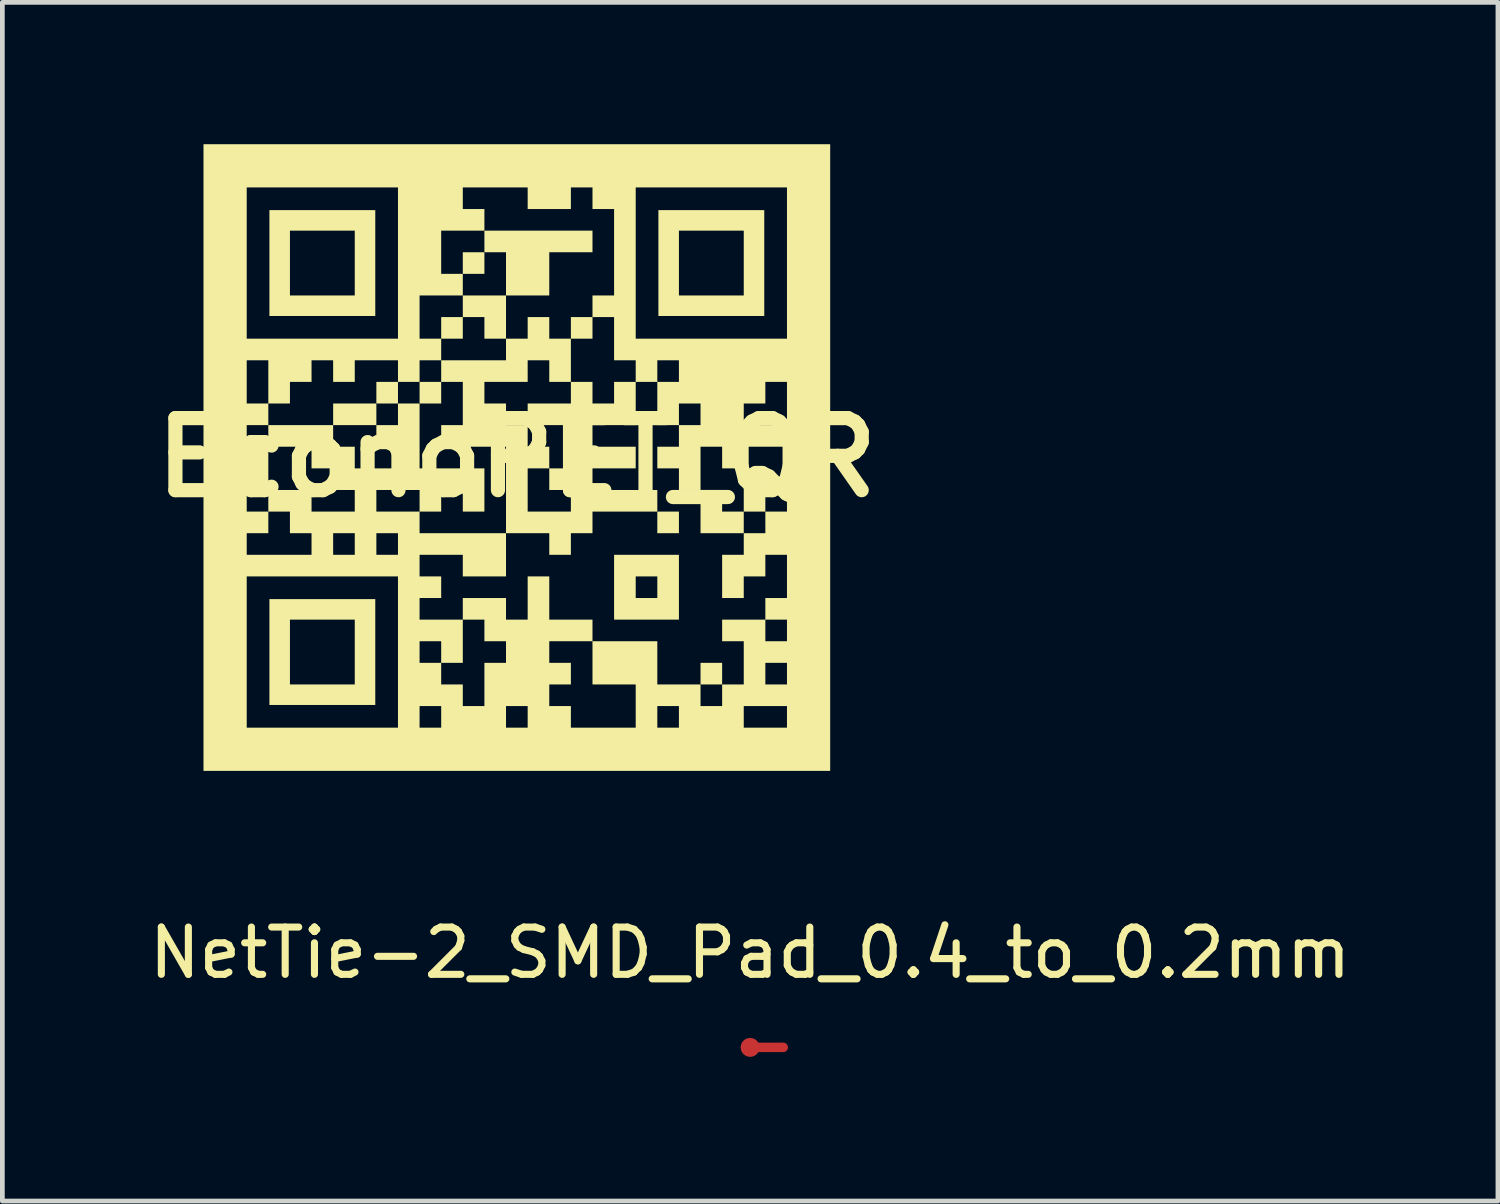
<source format=kicad_pcb>
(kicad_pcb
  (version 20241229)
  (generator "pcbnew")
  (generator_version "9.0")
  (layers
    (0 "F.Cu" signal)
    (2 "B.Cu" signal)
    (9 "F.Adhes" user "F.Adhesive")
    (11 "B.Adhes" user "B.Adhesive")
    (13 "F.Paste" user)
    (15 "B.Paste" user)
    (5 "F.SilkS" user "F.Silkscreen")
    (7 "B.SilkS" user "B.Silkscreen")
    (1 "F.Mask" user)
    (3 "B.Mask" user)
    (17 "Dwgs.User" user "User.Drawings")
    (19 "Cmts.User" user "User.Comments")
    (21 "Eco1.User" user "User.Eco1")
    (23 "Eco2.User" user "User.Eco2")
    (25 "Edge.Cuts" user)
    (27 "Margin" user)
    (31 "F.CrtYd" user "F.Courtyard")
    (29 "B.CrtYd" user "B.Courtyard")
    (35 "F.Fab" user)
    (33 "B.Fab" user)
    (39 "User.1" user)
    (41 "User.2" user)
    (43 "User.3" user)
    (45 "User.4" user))
  (footprint "NetTie-2_SMD_Pad_0.4_to_0.2mm"
    (layer "F.Cu")
    (at 12.815 19.102)
    (property "Reference" "NetTie-2_SMD_Pad_0.4_to_0.2mm" (at 0 -2 0) (layer "F.SilkS") (effects (font (size 1 1) (thickness 0.15))))
    (attr exclude_from_pos_files exclude_from_bom)
    (fp_rect (start 0.7 0.1) (end 0.165 -0.1) (stroke (width 0) (type solid)) (fill yes) (layer "F.Cu"))
    (pad "1" smd circle (at 0 0 180) (size 0.4 0.4) (layers "F.Cu"))
    (pad "2" smd circle (at 0.7 0 180) (size 0.2 0.2) (layers "F.Cu")))
  (footprint "EconoPET_QR"
    (layer "F.Cu")
    (at 7.881 6.627)
    (property "Reference" "EconoPET_QR" (at 0 0 0) (layer "F.SilkS") (effects (font (size 1.524 1.524) (thickness 0.3))))
    (attr board_only exclude_from_pos_files exclude_from_bom)
    (fp_poly (pts (xy -2.971 -0.686) (xy -3.885 -0.686) (xy -3.885 -1.143) (xy -2.971 -1.143)) (stroke (width 0) (type solid)) (fill yes) (layer "F.SilkS"))
    (fp_poly (pts (xy -2.514 -1.143) (xy -2.971 -1.143) (xy -2.971 -1.6) (xy -2.514 -1.6)) (stroke (width 0) (type solid)) (fill yes) (layer "F.SilkS"))
    (fp_poly (pts (xy -1.6 -1.143) (xy -2.057 -1.143) (xy -2.057 -1.6) (xy -1.6 -1.6)) (stroke (width 0) (type solid)) (fill yes) (layer "F.SilkS"))
    (fp_poly (pts (xy -1.143 -2.514) (xy -1.6 -2.514) (xy -1.6 -2.971) (xy -1.143 -2.971)) (stroke (width 0) (type solid)) (fill yes) (layer "F.SilkS"))
    (fp_poly (pts (xy -0.686 -3.885) (xy -1.143 -3.885) (xy -1.143 -4.342) (xy -0.686 -4.342)) (stroke (width 0) (type solid)) (fill yes) (layer "F.SilkS"))
    (fp_poly (pts (xy 1.6 -2.514) (xy 1.143 -2.514) (xy 1.143 -2.971) (xy 1.6 -2.971)) (stroke (width 0) (type solid)) (fill yes) (layer "F.SilkS"))
    (fp_poly (pts (xy 3.428 1.6) (xy 2.971 1.6) (xy 2.971 1.143) (xy 3.428 1.143)) (stroke (width 0) (type solid)) (fill yes) (layer "F.SilkS"))
    (fp_poly (pts (xy 4.342 4.799) (xy 3.885 4.799) (xy 3.885 4.342) (xy 4.342 4.342)) (stroke (width 0) (type solid)) (fill yes) (layer "F.SilkS"))
    (fp_poly (pts (xy 5.256 1.143) (xy 4.799 1.143) (xy 4.799 0.229) (xy 5.256 0.229)) (stroke (width 0) (type solid)) (fill yes) (layer "F.SilkS"))
    (fp_poly (pts (xy -1.143 -3.428) (xy -0.229 -3.428) (xy -0.229 -2.514) (xy -0.686 -2.514) (xy -0.686 -2.971) (xy -1.143 -2.971)) (stroke (width 0) (type solid)) (fill yes) (layer "F.SilkS"))
    (fp_poly (pts (xy 4.342 1.143) (xy 4.799 1.143) (xy 4.799 1.6) (xy 3.885 1.6) (xy 3.885 0.686) (xy 4.342 0.686)) (stroke (width 0) (type solid)) (fill yes) (layer "F.SilkS"))
    (fp_poly (pts (xy -0.686 -4.799) (xy 1.6 -4.799) (xy 1.6 -4.342) (xy 0.686 -4.342) (xy 0.686 -3.428) (xy -0.229 -3.428) (xy -0.229 -4.342) (xy -0.686 -4.342)) (stroke (width 0) (type solid)) (fill yes) (layer "F.SilkS"))
    (fp_poly (pts (xy -2.994 -2.994) (xy -5.233 -2.994) (xy -5.233 -3.428) (xy -4.799 -3.428) (xy -3.428 -3.428) (xy -3.428 -4.799) (xy -4.799 -4.799) (xy -4.799 -3.428) (xy -5.233 -3.428) (xy -5.233 -5.233) (xy -2.994 -5.233)) (stroke (width 0) (type solid)) (fill yes) (layer "F.SilkS"))
    (fp_poly (pts (xy -2.994 5.233) (xy -5.233 5.233) (xy -5.233 4.799) (xy -4.799 4.799) (xy -3.428 4.799) (xy -3.428 3.428) (xy -4.799 3.428) (xy -4.799 4.799) (xy -5.233 4.799) (xy -5.233 2.994) (xy -2.994 2.994)) (stroke (width 0) (type solid)) (fill yes) (layer "F.SilkS"))
    (fp_poly (pts (xy 3.428 3.428) (xy 2.057 3.428) (xy 2.057 2.971) (xy 2.514 2.971) (xy 2.971 2.971) (xy 2.971 2.514) (xy 2.514 2.514) (xy 2.514 2.971) (xy 2.057 2.971) (xy 2.057 2.057) (xy 3.428 2.057)) (stroke (width 0) (type solid)) (fill yes) (layer "F.SilkS"))
    (fp_poly (pts (xy 5.233 -2.994) (xy 2.994 -2.994) (xy 2.994 -3.428) (xy 3.428 -3.428) (xy 4.799 -3.428) (xy 4.799 -4.799) (xy 3.428 -4.799) (xy 3.428 -3.428) (xy 2.994 -3.428) (xy 2.994 -5.233) (xy 5.233 -5.233)) (stroke (width 0) (type solid)) (fill yes) (layer "F.SilkS"))
    (fp_poly (pts (xy -1.6 -2.057) (xy -0.229 -2.057) (xy -0.229 -2.514) (xy 0.229 -2.514) (xy 0.229 -2.971) (xy 0.686 -2.971) (xy 0.686 -2.514) (xy 1.143 -2.514) (xy 1.143 -1.6) (xy 1.6 -1.6) (xy 1.6 -1.143) (xy 2.057 -1.143) (xy 2.057 -1.6) (xy 2.514 -1.6) (xy 2.514 -0.686) (xy 1.6 -0.686) (xy 1.6 -0.229) (xy 2.514 -0.229) (xy 2.514 0.229) (xy 1.6 0.229) (xy 1.6 0.686) (xy 2.971 0.686) (xy 2.971 1.143) (xy 1.6 1.143) (xy 1.6 1.6) (xy 1.143 1.6) (xy 1.143 2.057) (xy 0.686 2.057) (xy 0.686 1.6) (xy -0.229 1.6) (xy -0.229 1.143) (xy 0.229 1.143) (xy 1.143 1.143) (xy 1.143 0.686) (xy 0.686 0.686) (xy 0.686 0.229) (xy 0.229 0.229) (xy 0.229 1.143) (xy -0.229 1.143) (xy -0.229 -0.229) (xy 0.229 -0.229) (xy 0.686 -0.229) (xy 0.686 0.229) (xy 1.143 0.229) (xy 1.143 -0.686) (xy 0.229 -0.686) (xy 0.229 -0.229) (xy -0.229 -0.229) (xy -1.6 -0.229) (xy -1.6 -0.686) (xy -1.143 -0.686) (xy -1.143 -1.143) (xy -0.686 -1.143) (xy -0.229 -1.143) (xy -0.229 -0.686) (xy 0.229 -0.686) (xy 0.229 -1.143) (xy 1.143 -1.143) (xy 1.143 -1.6) (xy 0.686 -1.6) (xy 0.686 -2.057) (xy 0.229 -2.057) (xy 0.229 -1.6) (xy -0.686 -1.6) (xy -0.686 -1.143) (xy -1.143 -1.143) (xy -1.143 -1.6) (xy -1.6 -1.6)) (stroke (width 0) (type solid)) (fill yes) (layer "F.SilkS"))
    (fp_poly (pts (xy 6.627 6.627) (xy -6.627 6.627) (xy -6.627 5.713) (xy -5.713 5.713) (xy -2.514 5.713) (xy -2.057 5.713) (xy -1.6 5.713) (xy -0.229 5.713) (xy 0.229 5.713) (xy 0.229 5.256) (xy 0.686 5.256) (xy 1.143 5.256) (xy 1.143 5.713) (xy 2.514 5.713) (xy 2.971 5.713) (xy 3.428 5.713) (xy 4.799 5.713) (xy 5.713 5.713) (xy 5.713 5.256) (xy 4.799 5.256) (xy 4.799 5.713) (xy 3.428 5.713) (xy 3.428 5.256) (xy 2.971 5.256) (xy 2.971 5.713) (xy 2.514 5.713) (xy 2.514 4.799) (xy 1.6 4.799) (xy 1.6 3.885) (xy 0.686 3.885) (xy 0.686 4.342) (xy 1.143 4.342) (xy 1.143 4.799) (xy 0.686 4.799) (xy 0.686 5.256) (xy 0.229 5.256) (xy -0.229 5.256) (xy -0.229 5.713) (xy -1.6 5.713) (xy -1.6 5.256) (xy -2.057 5.256) (xy -2.057 5.713) (xy -2.514 5.713) (xy -2.514 4.799) (xy -1.6 4.799) (xy -1.143 4.799) (xy -1.143 5.256) (xy -0.686 5.256) (xy -0.686 4.342) (xy -0.229 4.342) (xy -0.229 3.885) (xy -0.686 3.885) (xy -0.686 3.428) (xy -1.143 3.428) (xy -1.143 4.342) (xy -1.6 4.342) (xy -1.6 4.799) (xy -2.514 4.799) (xy -2.514 4.342) (xy -2.057 4.342) (xy -1.6 4.342) (xy -1.6 3.885) (xy -2.057 3.885) (xy -2.057 4.342) (xy -2.514 4.342) (xy -2.514 2.514) (xy -5.713 2.514) (xy -5.713 5.713) (xy -6.627 5.713) (xy -6.627 2.057) (xy -5.713 2.057) (xy -4.342 2.057) (xy -3.885 2.057) (xy -3.428 2.057) (xy -2.971 2.057) (xy -2.514 2.057) (xy -2.514 1.6) (xy -2.971 1.6) (xy -2.971 2.057) (xy -3.428 2.057) (xy -3.428 1.6) (xy -3.885 1.6) (xy -3.885 2.057) (xy -4.342 2.057) (xy -4.342 1.6) (xy -4.799 1.6) (xy -4.799 1.143) (xy -5.256 1.143) (xy -5.256 1.6) (xy -5.713 1.6) (xy -5.713 2.057) (xy -6.627 2.057) (xy -6.627 1.143) (xy -5.713 1.143) (xy -5.256 1.143) (xy -5.256 0.686) (xy -4.342 0.686) (xy -4.342 1.143) (xy -3.428 1.143) (xy -2.971 1.143) (xy -2.057 1.143) (xy -2.057 0.686) (xy -2.971 0.686) (xy -2.971 1.143) (xy -3.428 1.143) (xy -3.428 0.686) (xy -3.885 0.686) (xy -3.885 0.229) (xy -4.342 0.229) (xy -4.342 -0.229) (xy -5.256 -0.229) (xy -5.256 0.686) (xy -5.713 0.686) (xy -5.713 1.143) (xy -6.627 1.143) (xy -6.627 -0.229) (xy -5.713 -0.229) (xy -5.256 -0.229) (xy -5.256 -0.686) (xy -3.885 -0.686) (xy -3.885 -0.229) (xy -3.428 -0.229) (xy -3.428 0.229) (xy -2.514 0.229) (xy -2.514 -0.229) (xy -2.971 -0.229) (xy -2.971 -0.686) (xy -2.514 -0.686) (xy -2.514 -1.143) (xy -2.057 -1.143) (xy -2.057 0.229) (xy -0.686 0.229) (xy -0.686 1.143) (xy -1.143 1.143) (xy -1.143 0.686) (xy -1.6 0.686) (xy -1.6 1.143) (xy -2.057 1.143) (xy -2.057 1.6) (xy -0.229 1.6) (xy -0.229 2.514) (xy -1.143 2.514) (xy -1.143 2.057) (xy -2.057 2.057) (xy -2.057 2.514) (xy -1.6 2.514) (xy -1.6 2.971) (xy -2.057 2.971) (xy -2.057 3.428) (xy -1.143 3.428) (xy -1.143 2.971) (xy -0.229 2.971) (xy -0.229 3.428) (xy 0.229 3.428) (xy 0.229 2.514) (xy 0.686 2.514) (xy 0.686 3.428) (xy 1.6 3.428) (xy 1.6 3.885) (xy 2.971 3.885) (xy 2.971 4.799) (xy 3.885 4.799) (xy 3.885 5.256) (xy 4.342 5.256) (xy 4.342 4.799) (xy 4.799 4.799) (xy 5.256 4.799) (xy 5.713 4.799) (xy 5.713 4.342) (xy 5.256 4.342) (xy 5.256 4.799) (xy 4.799 4.799) (xy 4.799 3.885) (xy 5.256 3.885) (xy 5.713 3.885) (xy 5.713 3.428) (xy 5.256 3.428) (xy 5.256 3.885) (xy 4.799 3.885) (xy 4.342 3.885) (xy 4.342 3.428) (xy 5.256 3.428) (xy 5.256 2.971) (xy 5.713 2.971) (xy 5.713 2.057) (xy 5.256 2.057) (xy 5.256 2.514) (xy 4.799 2.514) (xy 4.799 2.971) (xy 4.342 2.971) (xy 4.342 2.057) (xy 4.799 2.057) (xy 4.799 1.6) (xy 5.256 1.6) (xy 5.256 1.143) (xy 5.713 1.143) (xy 5.713 -0.229) (xy 4.799 -0.229) (xy 4.799 0.229) (xy 4.342 0.229) (xy 4.342 -0.229) (xy 3.885 -0.229) (xy 3.885 0.686) (xy 3.428 0.686) (xy 3.428 0.229) (xy 2.971 0.229) (xy 2.971 -0.229) (xy 3.428 -0.229) (xy 3.428 -0.686) (xy 3.885 -0.686) (xy 4.799 -0.686) (xy 5.713 -0.686) (xy 5.713 -1.6) (xy 5.256 -1.6) (xy 5.256 -1.143) (xy 4.799 -1.143) (xy 4.799 -0.686) (xy 3.885 -0.686) (xy 3.885 -1.143) (xy 3.428 -1.143) (xy 3.428 -0.686) (xy 2.971 -0.686) (xy 2.971 -1.6) (xy 3.428 -1.6) (xy 3.428 -2.057) (xy 2.971 -2.057) (xy 2.971 -1.6) (xy 2.514 -1.6) (xy 2.514 -2.057) (xy 2.057 -2.057) (xy 2.057 -2.514) (xy 2.514 -2.514) (xy 5.713 -2.514) (xy 5.713 -5.713) (xy 2.514 -5.713) (xy 2.514 -2.514) (xy 2.057 -2.514) (xy 2.057 -2.971) (xy 1.6 -2.971) (xy 1.6 -3.428) (xy 2.057 -3.428) (xy 2.057 -5.256) (xy 1.6 -5.256) (xy 1.6 -5.713) (xy 1.143 -5.713) (xy 1.143 -5.256) (xy 0.229 -5.256) (xy 0.229 -5.713) (xy -1.143 -5.713) (xy -1.143 -5.256) (xy -0.686 -5.256) (xy -0.686 -4.799) (xy -1.6 -4.799) (xy -1.6 -3.885) (xy -1.143 -3.885) (xy -1.143 -3.428) (xy -2.057 -3.428) (xy -2.057 -2.514) (xy -1.6 -2.514) (xy -1.6 -2.057) (xy -2.057 -2.057) (xy -2.057 -1.6) (xy -2.514 -1.6) (xy -2.514 -2.057) (xy -3.428 -2.057) (xy -3.428 -1.6) (xy -3.885 -1.6) (xy -3.885 -2.057) (xy -4.342 -2.057) (xy -4.342 -1.6) (xy -4.799 -1.6) (xy -4.799 -1.143) (xy -5.256 -1.143) (xy -5.256 -0.686) (xy -5.713 -0.686) (xy -5.713 -0.229) (xy -6.627 -0.229) (xy -6.627 -1.143) (xy -5.713 -1.143) (xy -5.256 -1.143) (xy -5.256 -2.057) (xy -5.713 -2.057) (xy -5.713 -1.143) (xy -6.627 -1.143) (xy -6.627 -2.514) (xy -5.713 -2.514) (xy -2.514 -2.514) (xy -2.514 -5.713) (xy -5.713 -5.713) (xy -5.713 -2.514) (xy -6.627 -2.514) (xy -6.627 -6.627) (xy 6.627 -6.627)) (stroke (width 0) (type solid)) (fill yes) (layer "F.SilkS")))
  (gr_rect
    (start -3 -3)
    (end 28.631 22.352)
    (stroke (width 0.1) (type default))
    (fill no)
    (layer "Edge.Cuts")))
</source>
